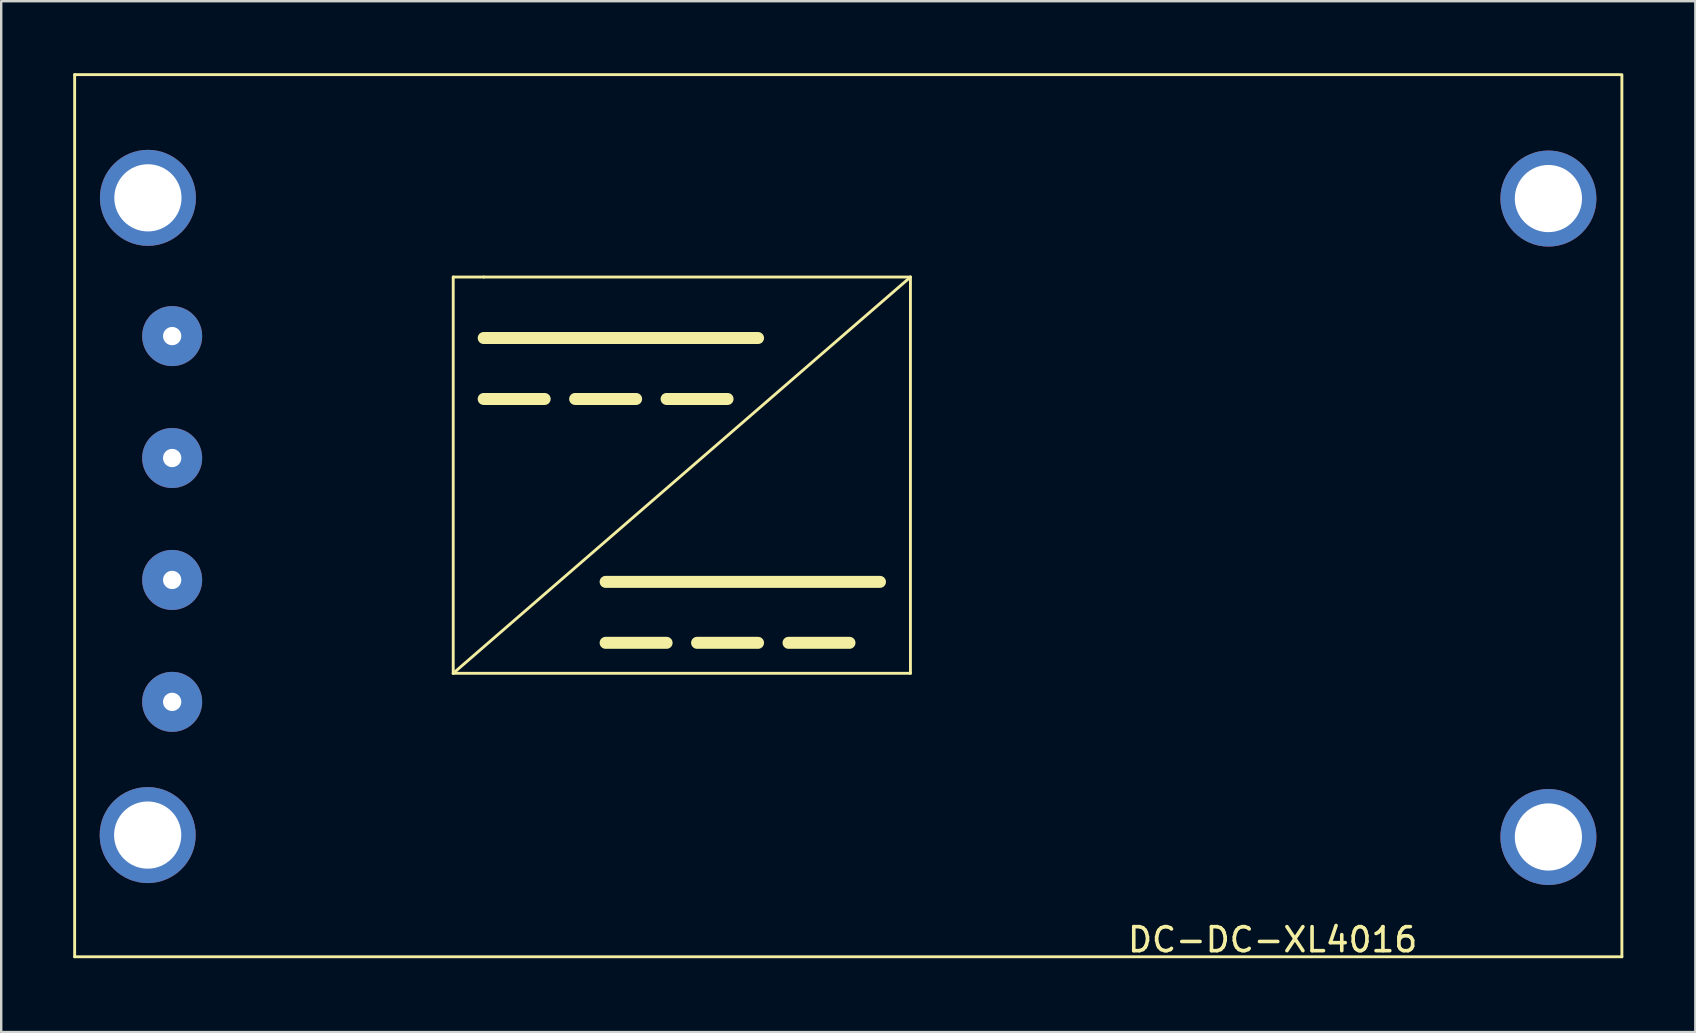
<source format=kicad_pcb>
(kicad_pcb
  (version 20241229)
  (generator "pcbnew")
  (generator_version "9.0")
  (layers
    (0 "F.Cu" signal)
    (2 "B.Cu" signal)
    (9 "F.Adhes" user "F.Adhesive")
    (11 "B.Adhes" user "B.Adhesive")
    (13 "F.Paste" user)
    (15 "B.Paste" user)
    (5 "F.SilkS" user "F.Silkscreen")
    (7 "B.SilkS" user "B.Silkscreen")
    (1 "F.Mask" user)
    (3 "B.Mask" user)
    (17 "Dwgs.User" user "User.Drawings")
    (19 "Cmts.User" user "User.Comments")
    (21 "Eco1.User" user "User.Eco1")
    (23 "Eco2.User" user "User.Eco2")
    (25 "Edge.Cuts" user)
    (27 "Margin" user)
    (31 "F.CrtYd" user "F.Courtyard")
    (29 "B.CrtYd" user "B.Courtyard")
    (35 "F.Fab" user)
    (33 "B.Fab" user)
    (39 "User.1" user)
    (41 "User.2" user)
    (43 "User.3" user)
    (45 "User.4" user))
  (footprint "DC-DC-XL4016"
    (layer "F.Cu")
    (at 3.133 32.623)
    (property "Reference" "DC-DC-XL4016" (at 46.84 3.48 0) (layer "F.SilkS") (effects (font (size 1 1) (thickness 0.15))))
    (attr through_hole)
    (fp_line (start -3.073 -32.563) (end 61.316 -32.563) (stroke (width 0.12) (type solid)) (layer "F.SilkS"))
    (fp_line (start -3.073 4.191) (end -3.073 -32.563) (stroke (width 0.12) (type solid)) (layer "F.SilkS"))
    (fp_line (start 12.7 -24.13) (end 12.7 -7.62) (stroke (width 0.12) (type solid)) (layer "F.SilkS"))
    (fp_line (start 12.7 -7.62) (end 31.75 -24.13) (stroke (width 0.12) (type solid)) (layer "F.SilkS"))
    (fp_line (start 12.7 -7.62) (end 31.75 -7.62) (stroke (width 0.12) (type solid)) (layer "F.SilkS"))
    (fp_line (start 13.97 -24.13) (end 12.7 -24.13) (stroke (width 0.12) (type solid)) (layer "F.SilkS"))
    (fp_line (start 13.97 -21.59) (end 25.4 -21.59) (stroke (width 0.5) (type solid)) (layer "F.SilkS"))
    (fp_line (start 13.97 -19.05) (end 16.51 -19.05) (stroke (width 0.5) (type solid)) (layer "F.SilkS"))
    (fp_line (start 17.78 -19.05) (end 20.32 -19.05) (stroke (width 0.5) (type solid)) (layer "F.SilkS"))
    (fp_line (start 19.05 -11.43) (end 30.48 -11.43) (stroke (width 0.5) (type solid)) (layer "F.SilkS"))
    (fp_line (start 19.05 -8.89) (end 21.59 -8.89) (stroke (width 0.5) (type solid)) (layer "F.SilkS"))
    (fp_line (start 21.59 -19.05) (end 24.13 -19.05) (stroke (width 0.5) (type solid)) (layer "F.SilkS"))
    (fp_line (start 22.86 -8.89) (end 25.4 -8.89) (stroke (width 0.5) (type solid)) (layer "F.SilkS"))
    (fp_line (start 26.67 -8.89) (end 29.21 -8.89) (stroke (width 0.5) (type solid)) (layer "F.SilkS"))
    (fp_line (start 31.75 -24.13) (end 13.97 -24.13) (stroke (width 0.12) (type solid)) (layer "F.SilkS"))
    (fp_line (start 31.75 -7.62) (end 31.75 -24.13) (stroke (width 0.12) (type solid)) (layer "F.SilkS"))
    (fp_line (start 61.392 -32.563) (end 61.392 4.191) (stroke (width 0.12) (type solid)) (layer "F.SilkS"))
    (fp_line (start 61.392 4.191) (end -3.073 4.191) (stroke (width 0.12) (type solid)) (layer "F.SilkS"))
    (pad "" thru_hole circle (at -0.03 -0.88) (size 4 4) (drill 2.8) (layers "*.Cu" "*.Mask"))
    (pad "" thru_hole circle (at -0.02 -27.43) (size 4 4) (drill 2.8) (layers "*.Cu" "*.Mask"))
    (pad "" thru_hole circle (at 58.33 -27.4) (size 4 4) (drill 2.8) (layers "*.Cu" "*.Mask"))
    (pad "" thru_hole circle (at 58.33 -0.8) (size 4 4) (drill 2.8) (layers "*.Cu" "*.Mask"))
    (pad "1" thru_hole circle (at 0.99 -21.67) (size 2.5 2.5) (drill 0.762) (layers "*.Cu" "*.Mask"))
    (pad "2" thru_hole circle (at 0.99 -16.59) (size 2.5 2.5) (drill 0.762) (layers "*.Cu" "*.Mask"))
    (pad "3" thru_hole circle (at 0.99 -6.43) (size 2.5 2.5) (drill 0.762) (layers "*.Cu" "*.Mask"))
    (pad "4" thru_hole circle (at 0.99 -11.51) (size 2.5 2.5) (drill 0.762) (layers "*.Cu" "*.Mask")))
  (gr_rect
    (start -3 -3)
    (end 67.585 39.951)
    (stroke (width 0.1) (type default))
    (fill no)
    (layer "Edge.Cuts")))
</source>
